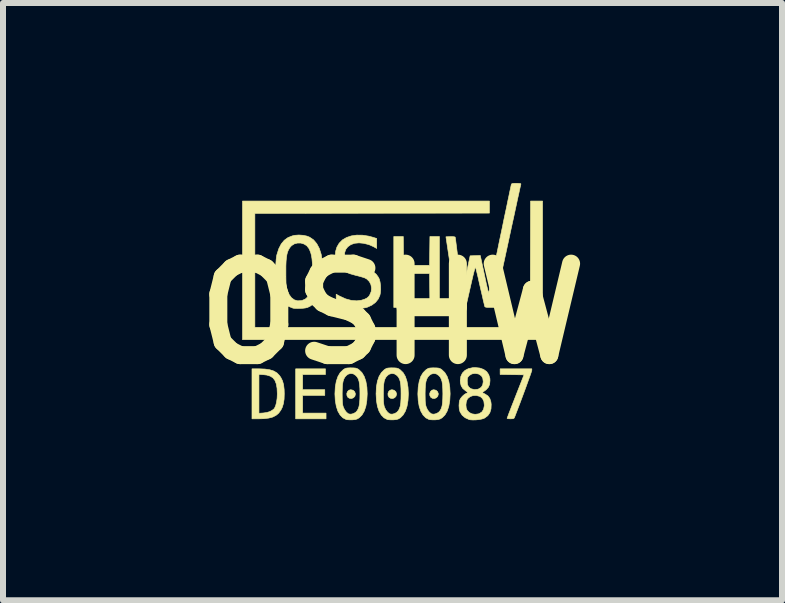
<source format=kicad_pcb>
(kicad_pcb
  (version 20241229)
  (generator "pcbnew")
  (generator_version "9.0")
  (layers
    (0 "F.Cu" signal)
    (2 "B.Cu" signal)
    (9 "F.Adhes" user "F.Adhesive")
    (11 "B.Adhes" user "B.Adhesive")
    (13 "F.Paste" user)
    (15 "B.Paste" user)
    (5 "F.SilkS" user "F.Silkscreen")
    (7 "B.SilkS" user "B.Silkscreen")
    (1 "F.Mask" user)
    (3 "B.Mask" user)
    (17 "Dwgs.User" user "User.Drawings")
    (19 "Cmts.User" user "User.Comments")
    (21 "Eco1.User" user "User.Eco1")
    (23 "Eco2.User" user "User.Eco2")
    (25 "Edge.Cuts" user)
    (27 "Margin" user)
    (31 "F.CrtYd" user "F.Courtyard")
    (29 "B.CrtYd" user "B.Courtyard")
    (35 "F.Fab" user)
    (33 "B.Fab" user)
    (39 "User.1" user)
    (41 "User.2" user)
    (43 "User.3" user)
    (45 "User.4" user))
  (footprint "OSHW"
    (layer "F.Cu")
    (at 3.491 2.178)
    (property "Reference" "OSHW" (at 0 0 0) (layer "F.SilkS") (effects (font (size 1.524 1.524) (thickness 0.3))))
    (attr through_hole)
    (fp_poly (pts (xy 1.614 -1.677) (xy -2.294 -1.672) (xy -2.294 0.227) (xy 2.294 0.227) (xy 2.297 -0.825) (xy 2.3 -1.878) (xy 2.5 -1.878) (xy 2.5 0.432) (xy -2.5 0.432) (xy -2.5 -1.878) (xy 1.614 -1.878) (xy 1.614 -1.677)) (stroke (width 0.01) (type solid)) (fill yes) (layer "F.SilkS"))
    (fp_poly (pts (xy -1.118 1.013) (xy -1.498 1.013) (xy -1.498 1.266) (xy -1.129 1.266) (xy -1.129 1.361) (xy -1.498 1.361) (xy -1.498 1.656) (xy -1.108 1.656) (xy -1.108 1.751) (xy -1.614 1.751) (xy -1.614 0.918) (xy -1.118 0.918) (xy -1.118 1.013)) (stroke (width 0.01) (type solid)) (fill yes) (layer "F.SilkS"))
    (fp_poly (pts (xy 0.185 -0.807) (xy 0.617 -0.807) (xy 0.623 -1.287) (xy 0.781 -1.287) (xy 0.781 -0.105) (xy 0.623 -0.105) (xy 0.62 -0.388) (xy 0.617 -0.67) (xy 0.185 -0.67) (xy 0.182 -0.388) (xy 0.179 -0.105) (xy 0.021 -0.105) (xy 0.021 -1.287) (xy 0.179 -1.287) (xy 0.185 -0.807)) (stroke (width 0.01) (type solid)) (fill yes) (layer "F.SilkS"))
    (fp_poly (pts (xy -0.658 1.275) (xy -0.631 1.299) (xy -0.619 1.334) (xy -0.619 1.34) (xy -0.627 1.374) (xy -0.65 1.399) (xy -0.68 1.412) (xy -0.712 1.411) (xy -0.742 1.395) (xy -0.744 1.392) (xy -0.76 1.361) (xy -0.762 1.327) (xy -0.749 1.296) (xy -0.726 1.274) (xy -0.696 1.266) (xy -0.658 1.275)) (stroke (width 0.01) (type solid)) (fill yes) (layer "F.SilkS"))
    (fp_poly (pts (xy 0.027 1.275) (xy 0.055 1.299) (xy 0.067 1.334) (xy 0.067 1.34) (xy 0.058 1.374) (xy 0.036 1.399) (xy 0.006 1.412) (xy -0.027 1.411) (xy -0.056 1.395) (xy -0.058 1.392) (xy -0.075 1.361) (xy -0.076 1.327) (xy -0.064 1.296) (xy -0.04 1.274) (xy -0.01 1.266) (xy 0.027 1.275)) (stroke (width 0.01) (type solid)) (fill yes) (layer "F.SilkS"))
    (fp_poly (pts (xy 0.724 1.275) (xy 0.751 1.299) (xy 0.763 1.334) (xy 0.763 1.34) (xy 0.754 1.374) (xy 0.732 1.399) (xy 0.702 1.412) (xy 0.669 1.411) (xy 0.64 1.395) (xy 0.638 1.392) (xy 0.621 1.361) (xy 0.62 1.327) (xy 0.633 1.296) (xy 0.656 1.274) (xy 0.686 1.266) (xy 0.724 1.275)) (stroke (width 0.01) (type solid)) (fill yes) (layer "F.SilkS"))
    (fp_poly (pts (xy 2.321 0.943) (xy 2.317 0.957) (xy 2.307 0.988) (xy 2.291 1.034) (xy 2.27 1.092) (xy 2.245 1.161) (xy 2.218 1.236) (xy 2.188 1.317) (xy 2.157 1.4) (xy 2.126 1.483) (xy 2.095 1.564) (xy 2.066 1.64) (xy 2.04 1.708) (xy 2.03 1.733) (xy 2.021 1.744) (xy 2 1.75) (xy 1.966 1.751) (xy 1.935 1.75) (xy 1.914 1.746) (xy 1.909 1.743) (xy 1.913 1.732) (xy 1.924 1.703) (xy 1.94 1.659) (xy 1.962 1.603) (xy 1.988 1.535) (xy 2.018 1.459) (xy 2.05 1.377) (xy 2.05 1.377) (xy 2.191 1.018) (xy 1.793 1.012) (xy 1.793 0.918) (xy 2.321 0.918) (xy 2.321 0.943)) (stroke (width 0.01) (type solid)) (fill yes) (layer "F.SilkS"))
    (fp_poly (pts (xy -2.125 0.922) (xy -2.044 0.934) (xy -1.978 0.955) (xy -1.925 0.987) (xy -1.883 1.031) (xy -1.861 1.063) (xy -1.833 1.119) (xy -1.815 1.185) (xy -1.806 1.263) (xy -1.804 1.334) (xy -1.807 1.425) (xy -1.819 1.5) (xy -1.839 1.563) (xy -1.861 1.606) (xy -1.897 1.656) (xy -1.941 1.693) (xy -1.995 1.721) (xy -2.063 1.739) (xy -2.146 1.749) (xy -2.227 1.751) (xy -2.342 1.751) (xy -2.342 1.659) (xy -2.226 1.659) (xy -2.153 1.654) (xy -2.096 1.646) (xy -2.046 1.631) (xy -2.033 1.625) (xy -2.001 1.606) (xy -1.975 1.585) (xy -1.968 1.577) (xy -1.948 1.534) (xy -1.933 1.476) (xy -1.923 1.407) (xy -1.92 1.335) (xy -1.924 1.243) (xy -1.937 1.169) (xy -1.959 1.112) (xy -1.992 1.069) (xy -2.037 1.04) (xy -2.095 1.022) (xy -2.146 1.016) (xy -2.226 1.01) (xy -2.226 1.659) (xy -2.342 1.659) (xy -2.342 0.918) (xy -2.223 0.918) (xy -2.125 0.922)) (stroke (width 0.01) (type solid)) (fill yes) (layer "F.SilkS"))
    (fp_poly (pts (xy -0.646 0.903) (xy -0.615 0.906) (xy -0.592 0.913) (xy -0.57 0.925) (xy -0.558 0.934) (xy -0.51 0.981) (xy -0.472 1.045) (xy -0.444 1.127) (xy -0.427 1.224) (xy -0.422 1.334) (xy -0.428 1.445) (xy -0.444 1.541) (xy -0.471 1.622) (xy -0.508 1.686) (xy -0.555 1.733) (xy -0.557 1.734) (xy -0.586 1.752) (xy -0.616 1.762) (xy -0.656 1.767) (xy -0.672 1.768) (xy -0.713 1.768) (xy -0.751 1.766) (xy -0.773 1.762) (xy -0.828 1.734) (xy -0.874 1.687) (xy -0.911 1.623) (xy -0.937 1.543) (xy -0.954 1.447) (xy -0.96 1.338) (xy -0.96 1.334) (xy -0.839 1.334) (xy -0.838 1.404) (xy -0.836 1.458) (xy -0.833 1.498) (xy -0.828 1.529) (xy -0.82 1.556) (xy -0.82 1.557) (xy -0.797 1.603) (xy -0.767 1.642) (xy -0.734 1.668) (xy -0.728 1.67) (xy -0.694 1.674) (xy -0.655 1.665) (xy -0.619 1.646) (xy -0.61 1.639) (xy -0.587 1.612) (xy -0.569 1.579) (xy -0.557 1.538) (xy -0.549 1.486) (xy -0.544 1.418) (xy -0.543 1.334) (xy -0.544 1.25) (xy -0.549 1.183) (xy -0.557 1.131) (xy -0.569 1.09) (xy -0.587 1.057) (xy -0.611 1.03) (xy -0.613 1.028) (xy -0.653 1.002) (xy -0.698 0.995) (xy -0.742 1.008) (xy -0.769 1.028) (xy -0.793 1.055) (xy -0.811 1.087) (xy -0.824 1.127) (xy -0.833 1.178) (xy -0.837 1.244) (xy -0.839 1.327) (xy -0.839 1.334) (xy -0.96 1.334) (xy -0.954 1.222) (xy -0.937 1.125) (xy -0.909 1.044) (xy -0.871 0.98) (xy -0.823 0.934) (xy -0.799 0.918) (xy -0.777 0.908) (xy -0.751 0.904) (xy -0.714 0.902) (xy -0.691 0.902) (xy -0.646 0.903)) (stroke (width 0.01) (type solid)) (fill yes) (layer "F.SilkS"))
    (fp_poly (pts (xy 0.04 0.903) (xy 0.07 0.906) (xy 0.093 0.913) (xy 0.115 0.925) (xy 0.127 0.934) (xy 0.176 0.981) (xy 0.214 1.045) (xy 0.241 1.127) (xy 0.258 1.224) (xy 0.264 1.334) (xy 0.258 1.445) (xy 0.242 1.541) (xy 0.215 1.622) (xy 0.177 1.686) (xy 0.131 1.733) (xy 0.129 1.734) (xy 0.1 1.752) (xy 0.069 1.762) (xy 0.029 1.767) (xy 0.014 1.768) (xy -0.028 1.768) (xy -0.065 1.766) (xy -0.088 1.762) (xy -0.142 1.734) (xy -0.188 1.687) (xy -0.225 1.623) (xy -0.252 1.543) (xy -0.268 1.447) (xy -0.274 1.338) (xy -0.274 1.334) (xy -0.153 1.334) (xy -0.152 1.404) (xy -0.151 1.458) (xy -0.147 1.498) (xy -0.142 1.529) (xy -0.135 1.556) (xy -0.134 1.557) (xy -0.112 1.603) (xy -0.081 1.642) (xy -0.048 1.668) (xy -0.042 1.67) (xy -0.008 1.674) (xy 0.031 1.665) (xy 0.067 1.646) (xy 0.075 1.639) (xy 0.099 1.612) (xy 0.116 1.579) (xy 0.129 1.538) (xy 0.137 1.486) (xy 0.141 1.418) (xy 0.142 1.334) (xy 0.141 1.25) (xy 0.137 1.183) (xy 0.129 1.131) (xy 0.116 1.09) (xy 0.099 1.057) (xy 0.075 1.03) (xy 0.073 1.028) (xy 0.032 1.002) (xy -0.012 0.995) (xy -0.056 1.008) (xy -0.083 1.028) (xy -0.108 1.055) (xy -0.126 1.087) (xy -0.139 1.127) (xy -0.147 1.178) (xy -0.151 1.244) (xy -0.153 1.327) (xy -0.153 1.334) (xy -0.274 1.334) (xy -0.269 1.222) (xy -0.252 1.125) (xy -0.224 1.044) (xy -0.185 0.98) (xy -0.138 0.934) (xy -0.114 0.918) (xy -0.092 0.908) (xy -0.065 0.904) (xy -0.028 0.902) (xy -0.005 0.902) (xy 0.04 0.903)) (stroke (width 0.01) (type solid)) (fill yes) (layer "F.SilkS"))
    (fp_poly (pts (xy 0.736 0.903) (xy 0.766 0.906) (xy 0.789 0.913) (xy 0.812 0.925) (xy 0.823 0.934) (xy 0.872 0.981) (xy 0.91 1.045) (xy 0.938 1.127) (xy 0.954 1.224) (xy 0.96 1.334) (xy 0.954 1.445) (xy 0.938 1.541) (xy 0.911 1.622) (xy 0.874 1.686) (xy 0.827 1.733) (xy 0.825 1.734) (xy 0.796 1.752) (xy 0.765 1.762) (xy 0.725 1.767) (xy 0.71 1.768) (xy 0.669 1.768) (xy 0.631 1.766) (xy 0.608 1.762) (xy 0.554 1.734) (xy 0.508 1.687) (xy 0.471 1.623) (xy 0.444 1.543) (xy 0.428 1.447) (xy 0.422 1.338) (xy 0.422 1.334) (xy 0.543 1.334) (xy 0.544 1.404) (xy 0.545 1.458) (xy 0.549 1.498) (xy 0.554 1.529) (xy 0.562 1.556) (xy 0.562 1.557) (xy 0.584 1.603) (xy 0.615 1.642) (xy 0.648 1.668) (xy 0.654 1.67) (xy 0.688 1.674) (xy 0.727 1.665) (xy 0.763 1.646) (xy 0.771 1.639) (xy 0.795 1.612) (xy 0.812 1.579) (xy 0.825 1.538) (xy 0.833 1.486) (xy 0.837 1.418) (xy 0.839 1.334) (xy 0.837 1.25) (xy 0.833 1.183) (xy 0.825 1.131) (xy 0.812 1.09) (xy 0.795 1.057) (xy 0.771 1.03) (xy 0.769 1.028) (xy 0.729 1.002) (xy 0.684 0.995) (xy 0.64 1.008) (xy 0.613 1.028) (xy 0.589 1.055) (xy 0.571 1.087) (xy 0.558 1.127) (xy 0.549 1.178) (xy 0.545 1.244) (xy 0.543 1.327) (xy 0.543 1.334) (xy 0.422 1.334) (xy 0.428 1.222) (xy 0.445 1.125) (xy 0.472 1.044) (xy 0.511 0.98) (xy 0.558 0.934) (xy 0.583 0.918) (xy 0.604 0.908) (xy 0.631 0.904) (xy 0.668 0.902) (xy 0.691 0.902) (xy 0.736 0.903)) (stroke (width 0.01) (type solid)) (fill yes) (layer "F.SilkS"))
    (fp_poly (pts (xy -0.501 -1.309) (xy -0.398 -1.293) (xy -0.334 -1.276) (xy -0.264 -1.254) (xy -0.264 -1.088) (xy -0.319 -1.119) (xy -0.398 -1.153) (xy -0.483 -1.174) (xy -0.559 -1.181) (xy -0.633 -1.174) (xy -0.696 -1.151) (xy -0.745 -1.116) (xy -0.78 -1.071) (xy -0.798 -1.016) (xy -0.798 -0.954) (xy -0.798 -0.952) (xy -0.789 -0.915) (xy -0.772 -0.885) (xy -0.745 -0.86) (xy -0.706 -0.838) (xy -0.652 -0.818) (xy -0.58 -0.797) (xy -0.55 -0.789) (xy -0.455 -0.761) (xy -0.379 -0.732) (xy -0.319 -0.697) (xy -0.272 -0.658) (xy -0.238 -0.611) (xy -0.221 -0.578) (xy -0.208 -0.53) (xy -0.2 -0.47) (xy -0.198 -0.406) (xy -0.203 -0.345) (xy -0.21 -0.309) (xy -0.238 -0.246) (xy -0.283 -0.19) (xy -0.344 -0.144) (xy -0.417 -0.11) (xy -0.448 -0.101) (xy -0.506 -0.091) (xy -0.576 -0.086) (xy -0.652 -0.087) (xy -0.724 -0.093) (xy -0.769 -0.101) (xy -0.815 -0.112) (xy -0.861 -0.124) (xy -0.887 -0.132) (xy -0.939 -0.149) (xy -0.939 -0.325) (xy -0.882 -0.294) (xy -0.782 -0.248) (xy -0.686 -0.222) (xy -0.596 -0.215) (xy -0.519 -0.225) (xy -0.463 -0.243) (xy -0.424 -0.263) (xy -0.395 -0.289) (xy -0.381 -0.31) (xy -0.356 -0.368) (xy -0.35 -0.427) (xy -0.36 -0.485) (xy -0.386 -0.536) (xy -0.427 -0.577) (xy -0.463 -0.597) (xy -0.489 -0.606) (xy -0.53 -0.618) (xy -0.578 -0.631) (xy -0.612 -0.639) (xy -0.713 -0.668) (xy -0.794 -0.701) (xy -0.857 -0.74) (xy -0.904 -0.786) (xy -0.934 -0.84) (xy -0.951 -0.904) (xy -0.955 -0.96) (xy -0.948 -1.041) (xy -0.927 -1.11) (xy -0.891 -1.172) (xy -0.887 -1.177) (xy -0.835 -1.23) (xy -0.767 -1.27) (xy -0.687 -1.297) (xy -0.598 -1.31) (xy -0.501 -1.309)) (stroke (width 0.01) (type solid)) (fill yes) (layer "F.SilkS"))
    (fp_poly (pts (xy -1.492 -1.307) (xy -1.427 -1.294) (xy -1.382 -1.276) (xy -1.316 -1.231) (xy -1.263 -1.168) (xy -1.22 -1.088) (xy -1.189 -0.99) (xy -1.17 -0.874) (xy -1.162 -0.74) (xy -1.163 -0.629) (xy -1.173 -0.504) (xy -1.192 -0.397) (xy -1.22 -0.308) (xy -1.258 -0.234) (xy -1.307 -0.175) (xy -1.366 -0.13) (xy -1.386 -0.119) (xy -1.419 -0.104) (xy -1.453 -0.096) (xy -1.495 -0.091) (xy -1.535 -0.089) (xy -1.582 -0.088) (xy -1.624 -0.089) (xy -1.654 -0.092) (xy -1.661 -0.094) (xy -1.736 -0.124) (xy -1.8 -0.171) (xy -1.853 -0.236) (xy -1.895 -0.319) (xy -1.927 -0.417) (xy -1.935 -0.463) (xy -1.941 -0.525) (xy -1.945 -0.599) (xy -1.947 -0.679) (xy -1.947 -0.696) (xy -1.777 -0.696) (xy -1.777 -0.619) (xy -1.776 -0.56) (xy -1.775 -0.515) (xy -1.772 -0.479) (xy -1.768 -0.45) (xy -1.762 -0.424) (xy -1.755 -0.397) (xy -1.753 -0.392) (xy -1.723 -0.32) (xy -1.684 -0.266) (xy -1.636 -0.231) (xy -1.581 -0.215) (xy -1.519 -0.219) (xy -1.503 -0.223) (xy -1.454 -0.244) (xy -1.413 -0.281) (xy -1.381 -0.334) (xy -1.357 -0.403) (xy -1.341 -0.489) (xy -1.332 -0.594) (xy -1.331 -0.717) (xy -1.332 -0.758) (xy -1.336 -0.844) (xy -1.342 -0.914) (xy -1.351 -0.97) (xy -1.363 -1.017) (xy -1.379 -1.058) (xy -1.394 -1.089) (xy -1.429 -1.133) (xy -1.475 -1.162) (xy -1.528 -1.178) (xy -1.584 -1.178) (xy -1.637 -1.164) (xy -1.684 -1.134) (xy -1.713 -1.1) (xy -1.733 -1.066) (xy -1.749 -1.029) (xy -1.76 -0.987) (xy -1.768 -0.936) (xy -1.774 -0.872) (xy -1.777 -0.794) (xy -1.777 -0.698) (xy -1.777 -0.696) (xy -1.947 -0.696) (xy -1.946 -0.76) (xy -1.944 -0.837) (xy -1.939 -0.906) (xy -1.932 -0.962) (xy -1.927 -0.984) (xy -1.896 -1.082) (xy -1.855 -1.162) (xy -1.804 -1.224) (xy -1.742 -1.269) (xy -1.668 -1.298) (xy -1.627 -1.307) (xy -1.561 -1.312) (xy -1.492 -1.307)) (stroke (width 0.01) (type solid)) (fill yes) (layer "F.SilkS"))
    (fp_poly (pts (xy 1.454 0.905) (xy 1.518 0.928) (xy 1.569 0.965) (xy 1.603 1.015) (xy 1.622 1.076) (xy 1.624 1.113) (xy 1.618 1.175) (xy 1.597 1.225) (xy 1.56 1.266) (xy 1.539 1.282) (xy 1.493 1.313) (xy 1.54 1.337) (xy 1.589 1.369) (xy 1.621 1.412) (xy 1.639 1.468) (xy 1.644 1.509) (xy 1.641 1.585) (xy 1.622 1.648) (xy 1.588 1.698) (xy 1.536 1.737) (xy 1.526 1.742) (xy 1.491 1.754) (xy 1.443 1.763) (xy 1.389 1.769) (xy 1.337 1.77) (xy 1.293 1.767) (xy 1.276 1.763) (xy 1.21 1.733) (xy 1.161 1.692) (xy 1.127 1.639) (xy 1.124 1.633) (xy 1.112 1.587) (xy 1.108 1.532) (xy 1.109 1.519) (xy 1.223 1.519) (xy 1.228 1.57) (xy 1.243 1.609) (xy 1.277 1.645) (xy 1.323 1.668) (xy 1.376 1.676) (xy 1.431 1.669) (xy 1.45 1.662) (xy 1.491 1.634) (xy 1.517 1.592) (xy 1.529 1.535) (xy 1.529 1.519) (xy 1.522 1.459) (xy 1.499 1.413) (xy 1.462 1.381) (xy 1.45 1.376) (xy 1.396 1.362) (xy 1.342 1.364) (xy 1.293 1.381) (xy 1.255 1.412) (xy 1.245 1.426) (xy 1.229 1.468) (xy 1.223 1.519) (xy 1.109 1.519) (xy 1.112 1.475) (xy 1.118 1.444) (xy 1.135 1.41) (xy 1.164 1.375) (xy 1.199 1.344) (xy 1.232 1.325) (xy 1.239 1.323) (xy 1.253 1.319) (xy 1.255 1.313) (xy 1.243 1.302) (xy 1.216 1.283) (xy 1.17 1.244) (xy 1.143 1.199) (xy 1.13 1.144) (xy 1.129 1.125) (xy 1.245 1.125) (xy 1.249 1.178) (xy 1.265 1.215) (xy 1.294 1.241) (xy 1.312 1.251) (xy 1.366 1.264) (xy 1.421 1.258) (xy 1.439 1.251) (xy 1.478 1.226) (xy 1.502 1.188) (xy 1.511 1.136) (xy 1.511 1.128) (xy 1.504 1.075) (xy 1.482 1.036) (xy 1.443 1.009) (xy 1.428 1.003) (xy 1.374 0.994) (xy 1.322 1.003) (xy 1.278 1.03) (xy 1.275 1.034) (xy 1.257 1.054) (xy 1.248 1.075) (xy 1.245 1.106) (xy 1.245 1.125) (xy 1.129 1.125) (xy 1.129 1.113) (xy 1.138 1.045) (xy 1.164 0.989) (xy 1.207 0.945) (xy 1.264 0.915) (xy 1.335 0.899) (xy 1.377 0.897) (xy 1.454 0.905)) (stroke (width 0.01) (type solid)) (fill yes) (layer "F.SilkS"))
    (fp_poly (pts (xy 2.106 -2.172) (xy 2.131 -2.169) (xy 2.139 -2.163) (xy 2.139 -2.16) (xy 2.136 -2.148) (xy 2.129 -2.117) (xy 2.118 -2.068) (xy 2.104 -2.002) (xy 2.086 -1.922) (xy 2.066 -1.828) (xy 2.043 -1.722) (xy 2.018 -1.605) (xy 1.99 -1.479) (xy 1.961 -1.345) (xy 1.931 -1.205) (xy 1.914 -1.126) (xy 1.693 -0.106) (xy 1.617 -0.105) (xy 1.577 -0.106) (xy 1.552 -0.11) (xy 1.54 -0.116) (xy 1.536 -0.124) (xy 1.532 -0.139) (xy 1.525 -0.171) (xy 1.513 -0.219) (xy 1.5 -0.279) (xy 1.484 -0.348) (xy 1.466 -0.425) (xy 1.461 -0.448) (xy 1.443 -0.526) (xy 1.427 -0.599) (xy 1.412 -0.662) (xy 1.399 -0.714) (xy 1.39 -0.751) (xy 1.385 -0.771) (xy 1.384 -0.774) (xy 1.379 -0.77) (xy 1.37 -0.746) (xy 1.358 -0.701) (xy 1.341 -0.635) (xy 1.321 -0.549) (xy 1.298 -0.449) (xy 1.22 -0.105) (xy 1.067 -0.105) (xy 1.059 -0.156) (xy 1.056 -0.176) (xy 1.05 -0.214) (xy 1.042 -0.27) (xy 1.032 -0.339) (xy 1.019 -0.421) (xy 1.006 -0.512) (xy 0.991 -0.611) (xy 0.975 -0.716) (xy 0.971 -0.744) (xy 0.89 -1.282) (xy 0.964 -1.285) (xy 1.002 -1.285) (xy 1.03 -1.282) (xy 1.044 -1.277) (xy 1.044 -1.277) (xy 1.046 -1.265) (xy 1.051 -1.234) (xy 1.057 -1.186) (xy 1.065 -1.124) (xy 1.074 -1.051) (xy 1.085 -0.967) (xy 1.095 -0.876) (xy 1.101 -0.831) (xy 1.112 -0.737) (xy 1.122 -0.649) (xy 1.132 -0.569) (xy 1.14 -0.499) (xy 1.147 -0.443) (xy 1.153 -0.402) (xy 1.156 -0.379) (xy 1.157 -0.374) (xy 1.161 -0.379) (xy 1.168 -0.402) (xy 1.179 -0.441) (xy 1.192 -0.495) (xy 1.207 -0.562) (xy 1.224 -0.639) (xy 1.228 -0.659) (xy 1.293 -0.965) (xy 1.378 -0.968) (xy 1.462 -0.971) (xy 1.524 -0.684) (xy 1.545 -0.585) (xy 1.562 -0.505) (xy 1.576 -0.443) (xy 1.587 -0.398) (xy 1.594 -0.368) (xy 1.599 -0.351) (xy 1.602 -0.348) (xy 1.602 -0.349) (xy 1.605 -0.361) (xy 1.611 -0.391) (xy 1.621 -0.438) (xy 1.634 -0.501) (xy 1.649 -0.577) (xy 1.668 -0.664) (xy 1.688 -0.761) (xy 1.71 -0.866) (xy 1.733 -0.977) (xy 1.757 -1.092) (xy 1.781 -1.21) (xy 1.806 -1.328) (xy 1.831 -1.446) (xy 1.854 -1.56) (xy 1.877 -1.669) (xy 1.899 -1.771) (xy 1.918 -1.865) (xy 1.936 -1.949) (xy 1.951 -2.021) (xy 1.963 -2.078) (xy 1.972 -2.12) (xy 1.977 -2.144) (xy 1.978 -2.149) (xy 1.982 -2.161) (xy 1.992 -2.168) (xy 2.011 -2.172) (xy 2.045 -2.173) (xy 2.063 -2.173) (xy 2.106 -2.172)) (stroke (width 0.01) (type solid)) (fill yes) (layer "F.SilkS")))
  (gr_rect
    (start -3 -3)
    (end 9.981 6.953)
    (stroke (width 0.1) (type default))
    (fill no)
    (layer "Edge.Cuts")))
</source>
